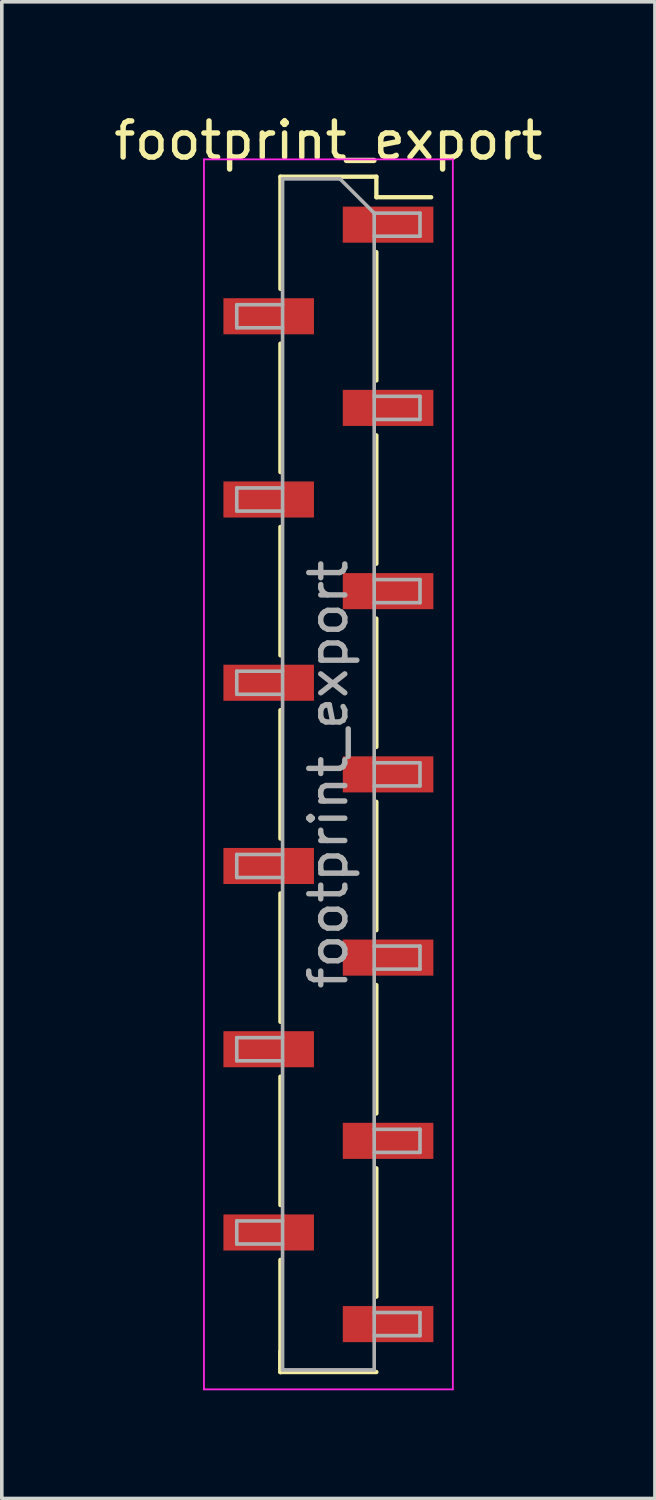
<source format=kicad_pcb>
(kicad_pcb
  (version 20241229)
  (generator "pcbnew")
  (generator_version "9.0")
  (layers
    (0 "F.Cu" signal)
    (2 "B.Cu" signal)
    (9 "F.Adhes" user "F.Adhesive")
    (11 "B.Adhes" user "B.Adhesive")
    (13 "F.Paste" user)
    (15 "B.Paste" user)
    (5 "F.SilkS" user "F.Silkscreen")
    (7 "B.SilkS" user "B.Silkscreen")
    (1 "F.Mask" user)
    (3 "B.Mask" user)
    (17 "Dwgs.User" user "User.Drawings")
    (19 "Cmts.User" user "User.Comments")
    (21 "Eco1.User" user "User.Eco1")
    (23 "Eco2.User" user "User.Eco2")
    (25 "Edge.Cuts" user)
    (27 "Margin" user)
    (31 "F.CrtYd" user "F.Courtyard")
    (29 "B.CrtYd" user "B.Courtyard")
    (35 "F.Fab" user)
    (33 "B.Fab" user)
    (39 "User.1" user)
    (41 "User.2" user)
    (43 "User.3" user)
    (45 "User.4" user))
  (footprint "footprint_export"
    (layer "F.Cu")
    (at 6.054 18.418)
    (property "Reference" "footprint_export" (at 0 -17.57 0) (layer "F.SilkS") (effects (font (size 1 1) (thickness 0.15))))
    (attr smd)
    (fp_line (start -1.33 -16.57) (end -1.33 -13.46) (stroke (width 0.12) (type solid)) (layer "F.SilkS"))
    (fp_line (start -1.33 -16.57) (end 1.33 -16.57) (stroke (width 0.12) (type solid)) (layer "F.SilkS"))
    (fp_line (start -1.33 -11.94) (end -1.33 -8.38) (stroke (width 0.12) (type solid)) (layer "F.SilkS"))
    (fp_line (start -1.33 -6.86) (end -1.33 -3.3) (stroke (width 0.12) (type solid)) (layer "F.SilkS"))
    (fp_line (start -1.33 -1.78) (end -1.33 1.78) (stroke (width 0.12) (type solid)) (layer "F.SilkS"))
    (fp_line (start -1.33 3.3) (end -1.33 6.86) (stroke (width 0.12) (type solid)) (layer "F.SilkS"))
    (fp_line (start -1.33 8.38) (end -1.33 11.94) (stroke (width 0.12) (type solid)) (layer "F.SilkS"))
    (fp_line (start -1.33 13.46) (end -1.33 16.57) (stroke (width 0.12) (type solid)) (layer "F.SilkS"))
    (fp_line (start -1.33 16) (end -1.33 16.57) (stroke (width 0.12) (type solid)) (layer "F.SilkS"))
    (fp_line (start -1.33 16.57) (end 1.33 16.57) (stroke (width 0.12) (type solid)) (layer "F.SilkS"))
    (fp_line (start 1.33 -16.57) (end 1.33 -16) (stroke (width 0.12) (type solid)) (layer "F.SilkS"))
    (fp_line (start 1.33 -16) (end 2.85 -16) (stroke (width 0.12) (type solid)) (layer "F.SilkS"))
    (fp_line (start 1.33 -14.48) (end 1.33 -10.92) (stroke (width 0.12) (type solid)) (layer "F.SilkS"))
    (fp_line (start 1.33 -9.4) (end 1.33 -5.84) (stroke (width 0.12) (type solid)) (layer "F.SilkS"))
    (fp_line (start 1.33 -4.32) (end 1.33 -0.76) (stroke (width 0.12) (type solid)) (layer "F.SilkS"))
    (fp_line (start 1.33 0.76) (end 1.33 4.32) (stroke (width 0.12) (type solid)) (layer "F.SilkS"))
    (fp_line (start 1.33 5.84) (end 1.33 9.4) (stroke (width 0.12) (type solid)) (layer "F.SilkS"))
    (fp_line (start 1.33 10.92) (end 1.33 14.48) (stroke (width 0.12) (type solid)) (layer "F.SilkS"))
    (fp_line (start -3.45 -17.05) (end -3.45 17.05) (stroke (width 0.05) (type solid)) (layer "F.CrtYd"))
    (fp_line (start -3.45 17.05) (end 3.45 17.05) (stroke (width 0.05) (type solid)) (layer "F.CrtYd"))
    (fp_line (start 3.45 -17.05) (end -3.45 -17.05) (stroke (width 0.05) (type solid)) (layer "F.CrtYd"))
    (fp_line (start 3.45 17.05) (end 3.45 -17.05) (stroke (width 0.05) (type solid)) (layer "F.CrtYd"))
    (fp_line (start -2.54 -13.02) (end -2.54 -12.38) (stroke (width 0.1) (type solid)) (layer "F.Fab"))
    (fp_line (start -2.54 -12.38) (end -1.27 -12.38) (stroke (width 0.1) (type solid)) (layer "F.Fab"))
    (fp_line (start -2.54 -7.94) (end -2.54 -7.3) (stroke (width 0.1) (type solid)) (layer "F.Fab"))
    (fp_line (start -2.54 -7.3) (end -1.27 -7.3) (stroke (width 0.1) (type solid)) (layer "F.Fab"))
    (fp_line (start -2.54 -2.86) (end -2.54 -2.22) (stroke (width 0.1) (type solid)) (layer "F.Fab"))
    (fp_line (start -2.54 -2.22) (end -1.27 -2.22) (stroke (width 0.1) (type solid)) (layer "F.Fab"))
    (fp_line (start -2.54 2.22) (end -2.54 2.86) (stroke (width 0.1) (type solid)) (layer "F.Fab"))
    (fp_line (start -2.54 2.86) (end -1.27 2.86) (stroke (width 0.1) (type solid)) (layer "F.Fab"))
    (fp_line (start -2.54 7.3) (end -2.54 7.94) (stroke (width 0.1) (type solid)) (layer "F.Fab"))
    (fp_line (start -2.54 7.94) (end -1.27 7.94) (stroke (width 0.1) (type solid)) (layer "F.Fab"))
    (fp_line (start -2.54 12.38) (end -2.54 13.02) (stroke (width 0.1) (type solid)) (layer "F.Fab"))
    (fp_line (start -2.54 13.02) (end -1.27 13.02) (stroke (width 0.1) (type solid)) (layer "F.Fab"))
    (fp_line (start -1.27 -16.51) (end -1.27 16.51) (stroke (width 0.1) (type solid)) (layer "F.Fab"))
    (fp_line (start -1.27 -16.51) (end 0.32 -16.51) (stroke (width 0.1) (type solid)) (layer "F.Fab"))
    (fp_line (start -1.27 -13.02) (end -2.54 -13.02) (stroke (width 0.1) (type solid)) (layer "F.Fab"))
    (fp_line (start -1.27 -7.94) (end -2.54 -7.94) (stroke (width 0.1) (type solid)) (layer "F.Fab"))
    (fp_line (start -1.27 -2.86) (end -2.54 -2.86) (stroke (width 0.1) (type solid)) (layer "F.Fab"))
    (fp_line (start -1.27 2.22) (end -2.54 2.22) (stroke (width 0.1) (type solid)) (layer "F.Fab"))
    (fp_line (start -1.27 7.3) (end -2.54 7.3) (stroke (width 0.1) (type solid)) (layer "F.Fab"))
    (fp_line (start -1.27 12.38) (end -2.54 12.38) (stroke (width 0.1) (type solid)) (layer "F.Fab"))
    (fp_line (start 1.27 -15.56) (end 0.32 -16.51) (stroke (width 0.1) (type solid)) (layer "F.Fab"))
    (fp_line (start 1.27 -15.56) (end 2.54 -15.56) (stroke (width 0.1) (type solid)) (layer "F.Fab"))
    (fp_line (start 1.27 -10.48) (end 2.54 -10.48) (stroke (width 0.1) (type solid)) (layer "F.Fab"))
    (fp_line (start 1.27 -5.4) (end 2.54 -5.4) (stroke (width 0.1) (type solid)) (layer "F.Fab"))
    (fp_line (start 1.27 -0.32) (end 2.54 -0.32) (stroke (width 0.1) (type solid)) (layer "F.Fab"))
    (fp_line (start 1.27 4.76) (end 2.54 4.76) (stroke (width 0.1) (type solid)) (layer "F.Fab"))
    (fp_line (start 1.27 9.84) (end 2.54 9.84) (stroke (width 0.1) (type solid)) (layer "F.Fab"))
    (fp_line (start 1.27 14.92) (end 2.54 14.92) (stroke (width 0.1) (type solid)) (layer "F.Fab"))
    (fp_line (start 1.27 16.51) (end -1.27 16.51) (stroke (width 0.1) (type solid)) (layer "F.Fab"))
    (fp_line (start 1.27 16.51) (end 1.27 -15.56) (stroke (width 0.1) (type solid)) (layer "F.Fab"))
    (fp_line (start 2.54 -15.56) (end 2.54 -14.92) (stroke (width 0.1) (type solid)) (layer "F.Fab"))
    (fp_line (start 2.54 -14.92) (end 1.27 -14.92) (stroke (width 0.1) (type solid)) (layer "F.Fab"))
    (fp_line (start 2.54 -10.48) (end 2.54 -9.84) (stroke (width 0.1) (type solid)) (layer "F.Fab"))
    (fp_line (start 2.54 -9.84) (end 1.27 -9.84) (stroke (width 0.1) (type solid)) (layer "F.Fab"))
    (fp_line (start 2.54 -5.4) (end 2.54 -4.76) (stroke (width 0.1) (type solid)) (layer "F.Fab"))
    (fp_line (start 2.54 -4.76) (end 1.27 -4.76) (stroke (width 0.1) (type solid)) (layer "F.Fab"))
    (fp_line (start 2.54 -0.32) (end 2.54 0.32) (stroke (width 0.1) (type solid)) (layer "F.Fab"))
    (fp_line (start 2.54 0.32) (end 1.27 0.32) (stroke (width 0.1) (type solid)) (layer "F.Fab"))
    (fp_line (start 2.54 4.76) (end 2.54 5.4) (stroke (width 0.1) (type solid)) (layer "F.Fab"))
    (fp_line (start 2.54 5.4) (end 1.27 5.4) (stroke (width 0.1) (type solid)) (layer "F.Fab"))
    (fp_line (start 2.54 9.84) (end 2.54 10.48) (stroke (width 0.1) (type solid)) (layer "F.Fab"))
    (fp_line (start 2.54 10.48) (end 1.27 10.48) (stroke (width 0.1) (type solid)) (layer "F.Fab"))
    (fp_line (start 2.54 14.92) (end 2.54 15.56) (stroke (width 0.1) (type solid)) (layer "F.Fab"))
    (fp_line (start 2.54 15.56) (end 1.27 15.56) (stroke (width 0.1) (type solid)) (layer "F.Fab"))
    (fp_text user "${REFERENCE}" (at 0 0 90) (layer "F.Fab") (effects (font (size 1 1) (thickness 0.15))))
    (pad "1" smd rect (at 1.655 -15.24) (size 2.51 1) (layers "F.Cu" "F.Mask" "F.Paste"))
    (pad "2" smd rect (at -1.655 -12.7) (size 2.51 1) (layers "F.Cu" "F.Mask" "F.Paste"))
    (pad "3" smd rect (at 1.655 -10.16) (size 2.51 1) (layers "F.Cu" "F.Mask" "F.Paste"))
    (pad "4" smd rect (at -1.655 -7.62) (size 2.51 1) (layers "F.Cu" "F.Mask" "F.Paste"))
    (pad "5" smd rect (at 1.655 -5.08) (size 2.51 1) (layers "F.Cu" "F.Mask" "F.Paste"))
    (pad "6" smd rect (at -1.655 -2.54) (size 2.51 1) (layers "F.Cu" "F.Mask" "F.Paste"))
    (pad "7" smd rect (at 1.655 0) (size 2.51 1) (layers "F.Cu" "F.Mask" "F.Paste"))
    (pad "8" smd rect (at -1.655 2.54) (size 2.51 1) (layers "F.Cu" "F.Mask" "F.Paste"))
    (pad "9" smd rect (at 1.655 5.08) (size 2.51 1) (layers "F.Cu" "F.Mask" "F.Paste"))
    (pad "10" smd rect (at -1.655 7.62) (size 2.51 1) (layers "F.Cu" "F.Mask" "F.Paste"))
    (pad "11" smd rect (at 1.655 10.16) (size 2.51 1) (layers "F.Cu" "F.Mask" "F.Paste"))
    (pad "12" smd rect (at -1.655 12.7) (size 2.51 1) (layers "F.Cu" "F.Mask" "F.Paste"))
    (pad "13" smd rect (at 1.655 15.24) (size 2.51 1) (layers "F.Cu" "F.Mask" "F.Paste")))
  (gr_rect
    (start -3 -3)
    (end 15.107 38.493)
    (stroke (width 0.1) (type default))
    (fill no)
    (layer "Edge.Cuts")))
</source>
